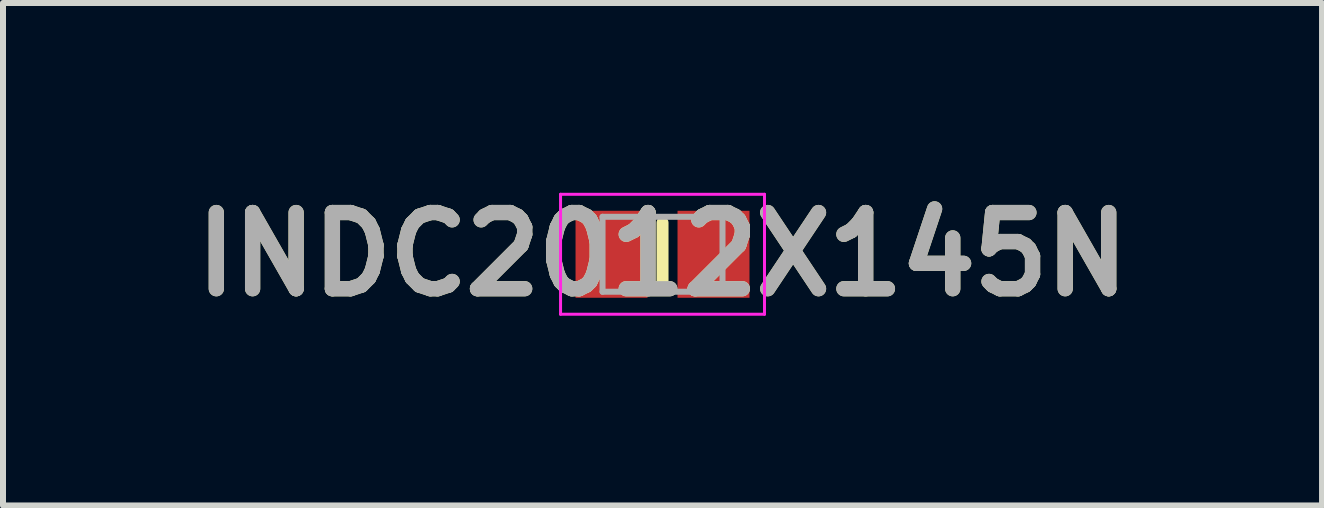
<source format=kicad_pcb>
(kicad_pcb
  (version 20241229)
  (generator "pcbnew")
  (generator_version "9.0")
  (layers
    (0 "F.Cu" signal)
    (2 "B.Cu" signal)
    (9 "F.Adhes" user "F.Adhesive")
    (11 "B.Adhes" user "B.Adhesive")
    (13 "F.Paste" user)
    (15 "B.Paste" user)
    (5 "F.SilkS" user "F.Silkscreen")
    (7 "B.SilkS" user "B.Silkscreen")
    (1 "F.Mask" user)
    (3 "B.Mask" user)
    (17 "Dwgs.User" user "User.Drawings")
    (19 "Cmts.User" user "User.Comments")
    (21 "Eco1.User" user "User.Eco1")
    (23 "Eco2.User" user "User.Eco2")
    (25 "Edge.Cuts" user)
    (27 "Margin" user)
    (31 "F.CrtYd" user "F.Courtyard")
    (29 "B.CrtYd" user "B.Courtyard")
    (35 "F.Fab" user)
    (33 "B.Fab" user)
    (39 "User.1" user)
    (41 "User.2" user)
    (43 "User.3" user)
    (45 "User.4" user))
  (footprint "INDC2012X145N"
    (layer "F.Cu")
    (at 7.995 1.189)
    (property "Reference" "INDC2012X145N" (at 0 0 0) (layer "F.SilkS") (effects (font (size 1.27 1.27) (thickness 0.254))))
    (attr smd)
    (fp_line (start 0 -0.525) (end 0 0.525) (stroke (width 0.2) (type solid)) (layer "F.SilkS"))
    (fp_line (start -1.7 -1) (end 1.7 -1) (stroke (width 0.05) (type solid)) (layer "F.CrtYd"))
    (fp_line (start -1.7 1) (end -1.7 -1) (stroke (width 0.05) (type solid)) (layer "F.CrtYd"))
    (fp_line (start 1.7 -1) (end 1.7 1) (stroke (width 0.05) (type solid)) (layer "F.CrtYd"))
    (fp_line (start 1.7 1) (end -1.7 1) (stroke (width 0.05) (type solid)) (layer "F.CrtYd"))
    (fp_line (start -1 -0.625) (end 1 -0.625) (stroke (width 0.1) (type solid)) (layer "F.Fab"))
    (fp_line (start -1 0.625) (end -1 -0.625) (stroke (width 0.1) (type solid)) (layer "F.Fab"))
    (fp_line (start 1 -0.625) (end 1 0.625) (stroke (width 0.1) (type solid)) (layer "F.Fab"))
    (fp_line (start 1 0.625) (end -1 0.625) (stroke (width 0.1) (type solid)) (layer "F.Fab"))
    (fp_text user "${REFERENCE}" (at 0 0 0) (layer "F.Fab") (effects (font (size 1.27 1.27) (thickness 0.254))))
    (pad "1" smd rect (at -0.85 0) (size 1.2 1.45) (layers "F.Cu" "F.Mask" "F.Paste"))
    (pad "2" smd rect (at 0.85 0) (size 1.2 1.45) (layers "F.Cu" "F.Mask" "F.Paste")))
  (gr_rect
    (start -3 -3)
    (end 18.99 5.377)
    (stroke (width 0.1) (type default))
    (fill no)
    (layer "Edge.Cuts")))
</source>
